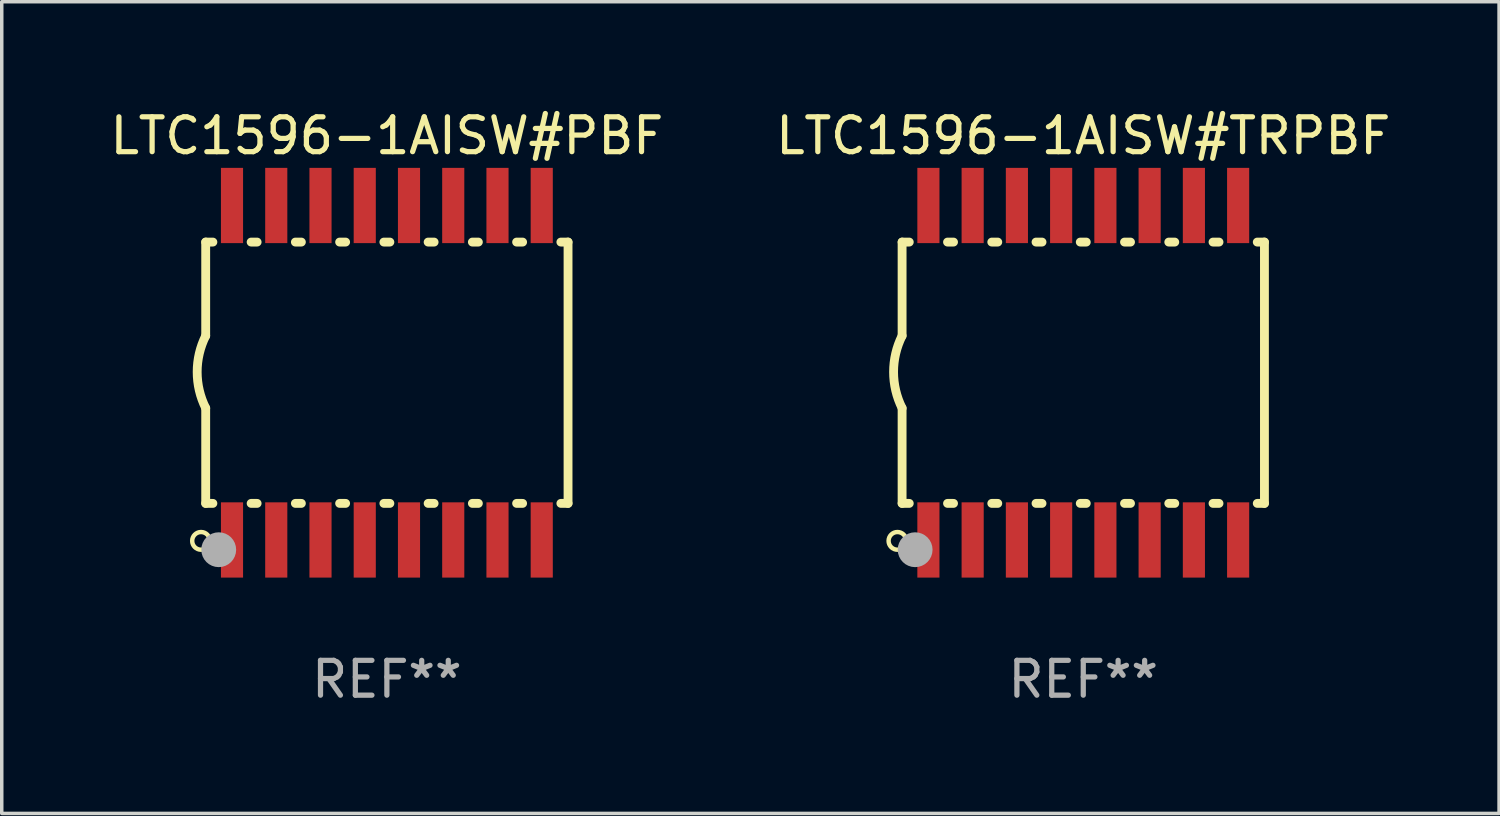
<source format=kicad_pcb>
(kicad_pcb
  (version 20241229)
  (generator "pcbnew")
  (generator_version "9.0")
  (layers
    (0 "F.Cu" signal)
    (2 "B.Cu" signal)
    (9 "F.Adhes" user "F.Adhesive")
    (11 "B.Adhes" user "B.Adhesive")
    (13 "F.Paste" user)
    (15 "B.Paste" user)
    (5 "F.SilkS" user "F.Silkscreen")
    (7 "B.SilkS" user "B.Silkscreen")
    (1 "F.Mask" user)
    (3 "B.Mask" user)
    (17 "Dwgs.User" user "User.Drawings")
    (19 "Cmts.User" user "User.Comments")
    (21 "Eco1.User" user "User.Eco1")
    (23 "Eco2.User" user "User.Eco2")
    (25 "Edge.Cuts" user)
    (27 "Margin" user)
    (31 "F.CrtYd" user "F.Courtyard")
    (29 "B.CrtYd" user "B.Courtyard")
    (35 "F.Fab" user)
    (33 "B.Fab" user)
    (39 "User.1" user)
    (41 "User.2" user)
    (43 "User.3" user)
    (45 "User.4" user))
  (footprint "LTC1596-1AISW#PBF"
    (layer "F.Cu")
    (at 8.054 7.648)
    (property "Reference" "LTC1596-1AISW#PBF" (at 0 -6.8 0) (layer "F.SilkS") (effects (font (size 1 1) (thickness 0.15))))
    (attr through_hole)
    (fp_line (start -5.2 -3.75) (end -5.2 -1.06) (stroke (width 0.254) (type solid)) (layer "F.SilkS"))
    (fp_line (start -5.2 -3.75) (end -4.994 -3.75) (stroke (width 0.254) (type solid)) (layer "F.SilkS"))
    (fp_line (start -5.2 3.75) (end -5.2 1.016) (stroke (width 0.254) (type solid)) (layer "F.SilkS"))
    (fp_line (start -5.2 3.75) (end -4.994 3.75) (stroke (width 0.254) (type solid)) (layer "F.SilkS"))
    (fp_line (start -3.896 -3.75) (end -3.724 -3.75) (stroke (width 0.254) (type solid)) (layer "F.SilkS"))
    (fp_line (start -3.896 3.75) (end -3.724 3.75) (stroke (width 0.254) (type solid)) (layer "F.SilkS"))
    (fp_line (start -2.626 -3.75) (end -2.454 -3.75) (stroke (width 0.254) (type solid)) (layer "F.SilkS"))
    (fp_line (start -2.626 3.75) (end -2.454 3.75) (stroke (width 0.254) (type solid)) (layer "F.SilkS"))
    (fp_line (start -1.356 -3.75) (end -1.184 -3.75) (stroke (width 0.254) (type solid)) (layer "F.SilkS"))
    (fp_line (start -1.356 3.75) (end -1.184 3.75) (stroke (width 0.254) (type solid)) (layer "F.SilkS"))
    (fp_line (start -0.086 -3.75) (end 0.086 -3.75) (stroke (width 0.254) (type solid)) (layer "F.SilkS"))
    (fp_line (start -0.086 3.75) (end 0.086 3.75) (stroke (width 0.254) (type solid)) (layer "F.SilkS"))
    (fp_line (start 1.184 -3.75) (end 1.356 -3.75) (stroke (width 0.254) (type solid)) (layer "F.SilkS"))
    (fp_line (start 1.184 3.75) (end 1.356 3.75) (stroke (width 0.254) (type solid)) (layer "F.SilkS"))
    (fp_line (start 2.454 -3.75) (end 2.626 -3.75) (stroke (width 0.254) (type solid)) (layer "F.SilkS"))
    (fp_line (start 2.454 3.75) (end 2.626 3.75) (stroke (width 0.254) (type solid)) (layer "F.SilkS"))
    (fp_line (start 3.724 -3.75) (end 3.896 -3.75) (stroke (width 0.254) (type solid)) (layer "F.SilkS"))
    (fp_line (start 3.724 3.75) (end 3.896 3.75) (stroke (width 0.254) (type solid)) (layer "F.SilkS"))
    (fp_line (start 4.994 -3.75) (end 5.2 -3.75) (stroke (width 0.254) (type solid)) (layer "F.SilkS"))
    (fp_line (start 4.994 3.75) (end 5.2 3.75) (stroke (width 0.254) (type solid)) (layer "F.SilkS"))
    (fp_line (start 5.2 3.75) (end 5.2 -3.75) (stroke (width 0.254) (type solid)) (layer "F.SilkS"))
    (fp_arc (start -5.199391 1.016002) (mid -5.444637 -0.021925) (end -5.2 -1.059995) (stroke (width 0.254001) (type solid)) (layer "F.SilkS"))
    (fp_circle (center -5.334 4.826) (end -5.08 4.826) (stroke (width 0.127) (type solid)) (fill no) (layer "F.SilkS"))
    (fp_circle (center -5.15 5.15) (end -5.12 5.15) (stroke (width 0.06) (type solid)) (fill no) (layer "F.SilkS"))
    (fp_circle (center -4.826 5.08) (end -4.576 5.08) (stroke (width 0.5) (type solid)) (fill no) (layer "F.Fab"))
    (fp_text user "REF**" (at 0 8.8 0) (layer "F.Fab") (effects (font (size 1 1) (thickness 0.15))))
    (pad "1" smd rect (at -4.445 4.8) (size 0.635 2.16) (layers "F.Cu" "F.Mask" "F.Paste"))
    (pad "2" smd rect (at -3.175 4.8) (size 0.635 2.16) (layers "F.Cu" "F.Mask" "F.Paste"))
    (pad "3" smd rect (at -1.905 4.8) (size 0.635 2.16) (layers "F.Cu" "F.Mask" "F.Paste"))
    (pad "4" smd rect (at -0.635 4.8) (size 0.635 2.16) (layers "F.Cu" "F.Mask" "F.Paste"))
    (pad "5" smd rect (at 0.635 4.8) (size 0.635 2.16) (layers "F.Cu" "F.Mask" "F.Paste"))
    (pad "6" smd rect (at 1.905 4.8) (size 0.635 2.16) (layers "F.Cu" "F.Mask" "F.Paste"))
    (pad "7" smd rect (at 3.175 4.8) (size 0.635 2.16) (layers "F.Cu" "F.Mask" "F.Paste"))
    (pad "8" smd rect (at 4.445 4.8) (size 0.635 2.16) (layers "F.Cu" "F.Mask" "F.Paste"))
    (pad "9" smd rect (at 4.445 -4.8) (size 0.635 2.16) (layers "F.Cu" "F.Mask" "F.Paste"))
    (pad "10" smd rect (at 3.175 -4.8) (size 0.635 2.16) (layers "F.Cu" "F.Mask" "F.Paste"))
    (pad "11" smd rect (at 1.905 -4.8) (size 0.635 2.16) (layers "F.Cu" "F.Mask" "F.Paste"))
    (pad "12" smd rect (at 0.635 -4.8) (size 0.635 2.16) (layers "F.Cu" "F.Mask" "F.Paste"))
    (pad "13" smd rect (at -0.635 -4.8) (size 0.635 2.16) (layers "F.Cu" "F.Mask" "F.Paste"))
    (pad "14" smd rect (at -1.905 -4.8) (size 0.635 2.16) (layers "F.Cu" "F.Mask" "F.Paste"))
    (pad "15" smd rect (at -3.175 -4.8) (size 0.635 2.16) (layers "F.Cu" "F.Mask" "F.Paste"))
    (pad "16" smd rect (at -4.445 -4.8) (size 0.635 2.16) (layers "F.Cu" "F.Mask" "F.Paste")))
  (footprint "LTC1596-1AISW#TRPBF"
    (layer "F.Cu")
    (at 28.042 7.648)
    (property "Reference" "LTC1596-1AISW#TRPBF" (at 0 -6.8 0) (layer "F.SilkS") (effects (font (size 1 1) (thickness 0.15))))
    (attr through_hole)
    (fp_line (start -5.2 -3.75) (end -5.2 -1.06) (stroke (width 0.254) (type solid)) (layer "F.SilkS"))
    (fp_line (start -5.2 -3.75) (end -4.994 -3.75) (stroke (width 0.254) (type solid)) (layer "F.SilkS"))
    (fp_line (start -5.2 3.75) (end -5.2 1.016) (stroke (width 0.254) (type solid)) (layer "F.SilkS"))
    (fp_line (start -5.2 3.75) (end -4.994 3.75) (stroke (width 0.254) (type solid)) (layer "F.SilkS"))
    (fp_line (start -3.896 -3.75) (end -3.724 -3.75) (stroke (width 0.254) (type solid)) (layer "F.SilkS"))
    (fp_line (start -3.896 3.75) (end -3.724 3.75) (stroke (width 0.254) (type solid)) (layer "F.SilkS"))
    (fp_line (start -2.626 -3.75) (end -2.454 -3.75) (stroke (width 0.254) (type solid)) (layer "F.SilkS"))
    (fp_line (start -2.626 3.75) (end -2.454 3.75) (stroke (width 0.254) (type solid)) (layer "F.SilkS"))
    (fp_line (start -1.356 -3.75) (end -1.184 -3.75) (stroke (width 0.254) (type solid)) (layer "F.SilkS"))
    (fp_line (start -1.356 3.75) (end -1.184 3.75) (stroke (width 0.254) (type solid)) (layer "F.SilkS"))
    (fp_line (start -0.086 -3.75) (end 0.086 -3.75) (stroke (width 0.254) (type solid)) (layer "F.SilkS"))
    (fp_line (start -0.086 3.75) (end 0.086 3.75) (stroke (width 0.254) (type solid)) (layer "F.SilkS"))
    (fp_line (start 1.184 -3.75) (end 1.356 -3.75) (stroke (width 0.254) (type solid)) (layer "F.SilkS"))
    (fp_line (start 1.184 3.75) (end 1.356 3.75) (stroke (width 0.254) (type solid)) (layer "F.SilkS"))
    (fp_line (start 2.454 -3.75) (end 2.626 -3.75) (stroke (width 0.254) (type solid)) (layer "F.SilkS"))
    (fp_line (start 2.454 3.75) (end 2.626 3.75) (stroke (width 0.254) (type solid)) (layer "F.SilkS"))
    (fp_line (start 3.724 -3.75) (end 3.896 -3.75) (stroke (width 0.254) (type solid)) (layer "F.SilkS"))
    (fp_line (start 3.724 3.75) (end 3.896 3.75) (stroke (width 0.254) (type solid)) (layer "F.SilkS"))
    (fp_line (start 4.994 -3.75) (end 5.2 -3.75) (stroke (width 0.254) (type solid)) (layer "F.SilkS"))
    (fp_line (start 4.994 3.75) (end 5.2 3.75) (stroke (width 0.254) (type solid)) (layer "F.SilkS"))
    (fp_line (start 5.2 3.75) (end 5.2 -3.75) (stroke (width 0.254) (type solid)) (layer "F.SilkS"))
    (fp_arc (start -5.199391 1.016002) (mid -5.444637 -0.021925) (end -5.2 -1.059995) (stroke (width 0.254001) (type solid)) (layer "F.SilkS"))
    (fp_circle (center -5.334 4.826) (end -5.08 4.826) (stroke (width 0.127) (type solid)) (fill no) (layer "F.SilkS"))
    (fp_circle (center -5.15 5.15) (end -5.12 5.15) (stroke (width 0.06) (type solid)) (fill no) (layer "F.SilkS"))
    (fp_circle (center -4.826 5.08) (end -4.576 5.08) (stroke (width 0.5) (type solid)) (fill no) (layer "F.Fab"))
    (fp_text user "REF**" (at 0 8.8 0) (layer "F.Fab") (effects (font (size 1 1) (thickness 0.15))))
    (pad "1" smd rect (at -4.445 4.8) (size 0.635 2.16) (layers "F.Cu" "F.Mask" "F.Paste"))
    (pad "2" smd rect (at -3.175 4.8) (size 0.635 2.16) (layers "F.Cu" "F.Mask" "F.Paste"))
    (pad "3" smd rect (at -1.905 4.8) (size 0.635 2.16) (layers "F.Cu" "F.Mask" "F.Paste"))
    (pad "4" smd rect (at -0.635 4.8) (size 0.635 2.16) (layers "F.Cu" "F.Mask" "F.Paste"))
    (pad "5" smd rect (at 0.635 4.8) (size 0.635 2.16) (layers "F.Cu" "F.Mask" "F.Paste"))
    (pad "6" smd rect (at 1.905 4.8) (size 0.635 2.16) (layers "F.Cu" "F.Mask" "F.Paste"))
    (pad "7" smd rect (at 3.175 4.8) (size 0.635 2.16) (layers "F.Cu" "F.Mask" "F.Paste"))
    (pad "8" smd rect (at 4.445 4.8) (size 0.635 2.16) (layers "F.Cu" "F.Mask" "F.Paste"))
    (pad "9" smd rect (at 4.445 -4.8) (size 0.635 2.16) (layers "F.Cu" "F.Mask" "F.Paste"))
    (pad "10" smd rect (at 3.175 -4.8) (size 0.635 2.16) (layers "F.Cu" "F.Mask" "F.Paste"))
    (pad "11" smd rect (at 1.905 -4.8) (size 0.635 2.16) (layers "F.Cu" "F.Mask" "F.Paste"))
    (pad "12" smd rect (at 0.635 -4.8) (size 0.635 2.16) (layers "F.Cu" "F.Mask" "F.Paste"))
    (pad "13" smd rect (at -0.635 -4.8) (size 0.635 2.16) (layers "F.Cu" "F.Mask" "F.Paste"))
    (pad "14" smd rect (at -1.905 -4.8) (size 0.635 2.16) (layers "F.Cu" "F.Mask" "F.Paste"))
    (pad "15" smd rect (at -3.175 -4.8) (size 0.635 2.16) (layers "F.Cu" "F.Mask" "F.Paste"))
    (pad "16" smd rect (at -4.445 -4.8) (size 0.635 2.16) (layers "F.Cu" "F.Mask" "F.Paste")))
  (gr_rect
    (start -3 -3)
    (end 39.976 20.297)
    (stroke (width 0.1) (type default))
    (fill no)
    (layer "Edge.Cuts")))
</source>
